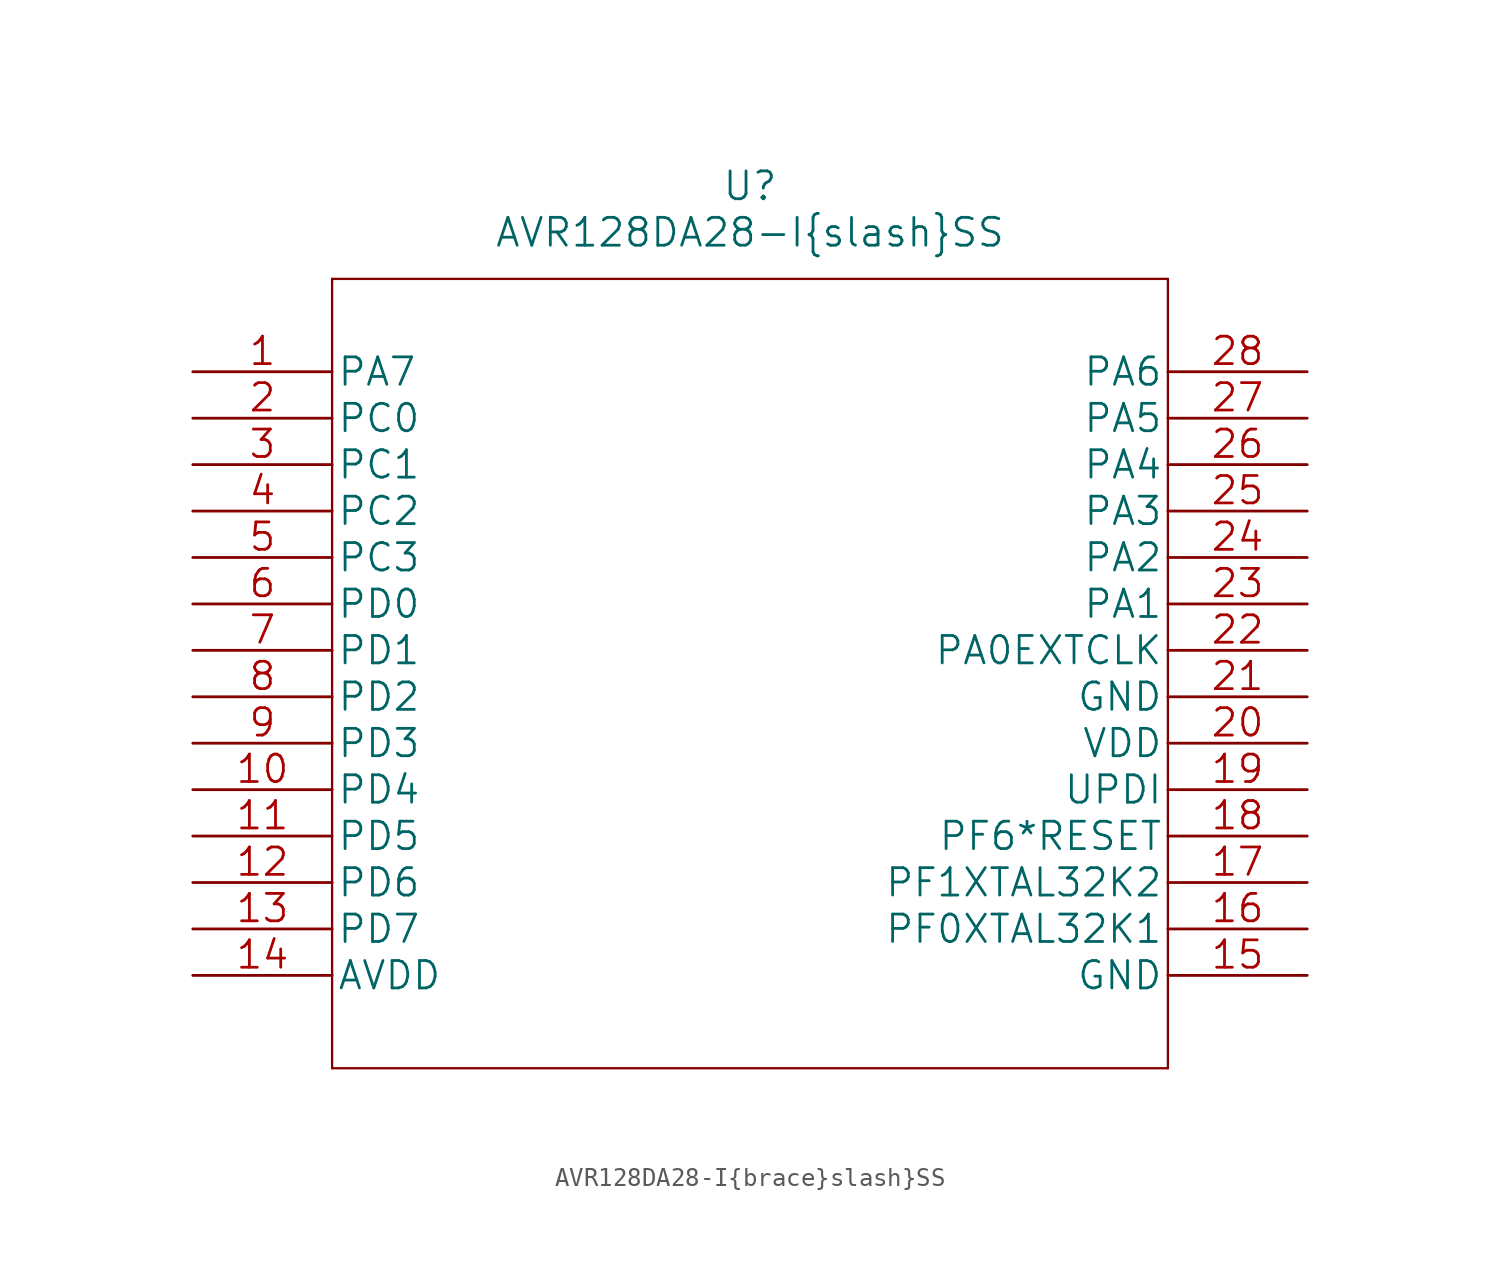
<source format=kicad_sym>
(kicad_symbol_lib
  (version 20211014)
  (generator kicad_symbol_editor)
  (symbol "AVR128DA28-I{brace}slash}SS"
    (pin_names
      (offset 0.254))
    (property "Reference" "U"
      (at 30.48 10.16 0)
      (effects (font (size 1.524 1.524))))
    (property "Value" "AVR128DA28-I{brace}slash}SS"
      (at 30.48 7.62 0)
      (effects (font (size 1.524 1.524))))
    (property "Datasheet" ""
      (at 0 0 0)
      (effects (font (size 1.524 1.524))))
    (property "ki_locked" ""
      (at 0 0 0)
      (effects (font (size 1.27 1.27))))
    (symbol "AVR128DA28-I{brace}slash}SS_1_1"
      (polyline (pts (xy 7.62 -38.1) (xy 53.34 -38.1)) (stroke (width 0.127) (type default) (color 0 0 0 0)) (fill (type none)))
      (polyline (pts (xy 7.62 5.08) (xy 7.62 -38.1)) (stroke (width 0.127) (type default) (color 0 0 0 0)) (fill (type none)))
      (polyline (pts (xy 53.34 -38.1) (xy 53.34 5.08)) (stroke (width 0.127) (type default) (color 0 0 0 0)) (fill (type none)))
      (polyline (pts (xy 53.34 5.08) (xy 7.62 5.08)) (stroke (width 0.127) (type default) (color 0 0 0 0)) (fill (type none)))
      (pin bidirectional line (at 0 0 0) (length 7.62) (name "PA7" (effects (font (size 1.499 1.499)))) (number "1" (effects (font (size 1.499 1.499)))))
      (pin bidirectional line (at 0 -22.86 0) (length 7.62) (name "PD4" (effects (font (size 1.499 1.499)))) (number "10" (effects (font (size 1.499 1.499)))))
      (pin bidirectional line (at 0 -25.4 0) (length 7.62) (name "PD5" (effects (font (size 1.499 1.499)))) (number "11" (effects (font (size 1.499 1.499)))))
      (pin bidirectional line (at 0 -27.94 0) (length 7.62) (name "PD6" (effects (font (size 1.499 1.499)))) (number "12" (effects (font (size 1.499 1.499)))))
      (pin bidirectional line (at 0 -30.48 0) (length 7.62) (name "PD7" (effects (font (size 1.499 1.499)))) (number "13" (effects (font (size 1.499 1.499)))))
      (pin power_in line (at 0 -33.02 0) (length 7.62) (name "AVDD" (effects (font (size 1.499 1.499)))) (number "14" (effects (font (size 1.499 1.499)))))
      (pin power_in line (at 60.96 -33.02 180) (length 7.62) (name "GND" (effects (font (size 1.499 1.499)))) (number "15" (effects (font (size 1.499 1.499)))))
      (pin bidirectional line (at 60.96 -30.48 180) (length 7.62) (name "PF0XTAL32K1" (effects (font (size 1.499 1.499)))) (number "16" (effects (font (size 1.499 1.499)))))
      (pin bidirectional line (at 60.96 -27.94 180) (length 7.62) (name "PF1XTAL32K2" (effects (font (size 1.499 1.499)))) (number "17" (effects (font (size 1.499 1.499)))))
      (pin bidirectional line (at 60.96 -25.4 180) (length 7.62) (name "PF6*RESET" (effects (font (size 1.499 1.499)))) (number "18" (effects (font (size 1.499 1.499)))))
      (pin bidirectional line (at 60.96 -22.86 180) (length 7.62) (name "UPDI" (effects (font (size 1.499 1.499)))) (number "19" (effects (font (size 1.499 1.499)))))
      (pin bidirectional line (at 0 -2.54 0) (length 7.62) (name "PC0" (effects (font (size 1.499 1.499)))) (number "2" (effects (font (size 1.499 1.499)))))
      (pin power_in line (at 60.96 -20.32 180) (length 7.62) (name "VDD" (effects (font (size 1.499 1.499)))) (number "20" (effects (font (size 1.499 1.499)))))
      (pin power_in line (at 60.96 -17.78 180) (length 7.62) (name "GND" (effects (font (size 1.499 1.499)))) (number "21" (effects (font (size 1.499 1.499)))))
      (pin bidirectional line (at 60.96 -15.24 180) (length 7.62) (name "PA0EXTCLK" (effects (font (size 1.499 1.499)))) (number "22" (effects (font (size 1.499 1.499)))))
      (pin bidirectional line (at 60.96 -12.7 180) (length 7.62) (name "PA1" (effects (font (size 1.499 1.499)))) (number "23" (effects (font (size 1.499 1.499)))))
      (pin bidirectional line (at 60.96 -10.16 180) (length 7.62) (name "PA2" (effects (font (size 1.499 1.499)))) (number "24" (effects (font (size 1.499 1.499)))))
      (pin bidirectional line (at 60.96 -7.62 180) (length 7.62) (name "PA3" (effects (font (size 1.499 1.499)))) (number "25" (effects (font (size 1.499 1.499)))))
      (pin bidirectional line (at 60.96 -5.08 180) (length 7.62) (name "PA4" (effects (font (size 1.499 1.499)))) (number "26" (effects (font (size 1.499 1.499)))))
      (pin bidirectional line (at 60.96 -2.54 180) (length 7.62) (name "PA5" (effects (font (size 1.499 1.499)))) (number "27" (effects (font (size 1.499 1.499)))))
      (pin bidirectional line (at 60.96 0 180) (length 7.62) (name "PA6" (effects (font (size 1.499 1.499)))) (number "28" (effects (font (size 1.499 1.499)))))
      (pin bidirectional line (at 0 -5.08 0) (length 7.62) (name "PC1" (effects (font (size 1.499 1.499)))) (number "3" (effects (font (size 1.499 1.499)))))
      (pin bidirectional line (at 0 -7.62 0) (length 7.62) (name "PC2" (effects (font (size 1.499 1.499)))) (number "4" (effects (font (size 1.499 1.499)))))
      (pin bidirectional line (at 0 -10.16 0) (length 7.62) (name "PC3" (effects (font (size 1.499 1.499)))) (number "5" (effects (font (size 1.499 1.499)))))
      (pin bidirectional line (at 0 -12.7 0) (length 7.62) (name "PD0" (effects (font (size 1.499 1.499)))) (number "6" (effects (font (size 1.499 1.499)))))
      (pin bidirectional line (at 0 -15.24 0) (length 7.62) (name "PD1" (effects (font (size 1.499 1.499)))) (number "7" (effects (font (size 1.499 1.499)))))
      (pin bidirectional line (at 0 -17.78 0) (length 7.62) (name "PD2" (effects (font (size 1.499 1.499)))) (number "8" (effects (font (size 1.499 1.499)))))
      (pin bidirectional line (at 0 -20.32 0) (length 7.62) (name "PD3" (effects (font (size 1.499 1.499)))) (number "9" (effects (font (size 1.499 1.499))))))))
</source>
